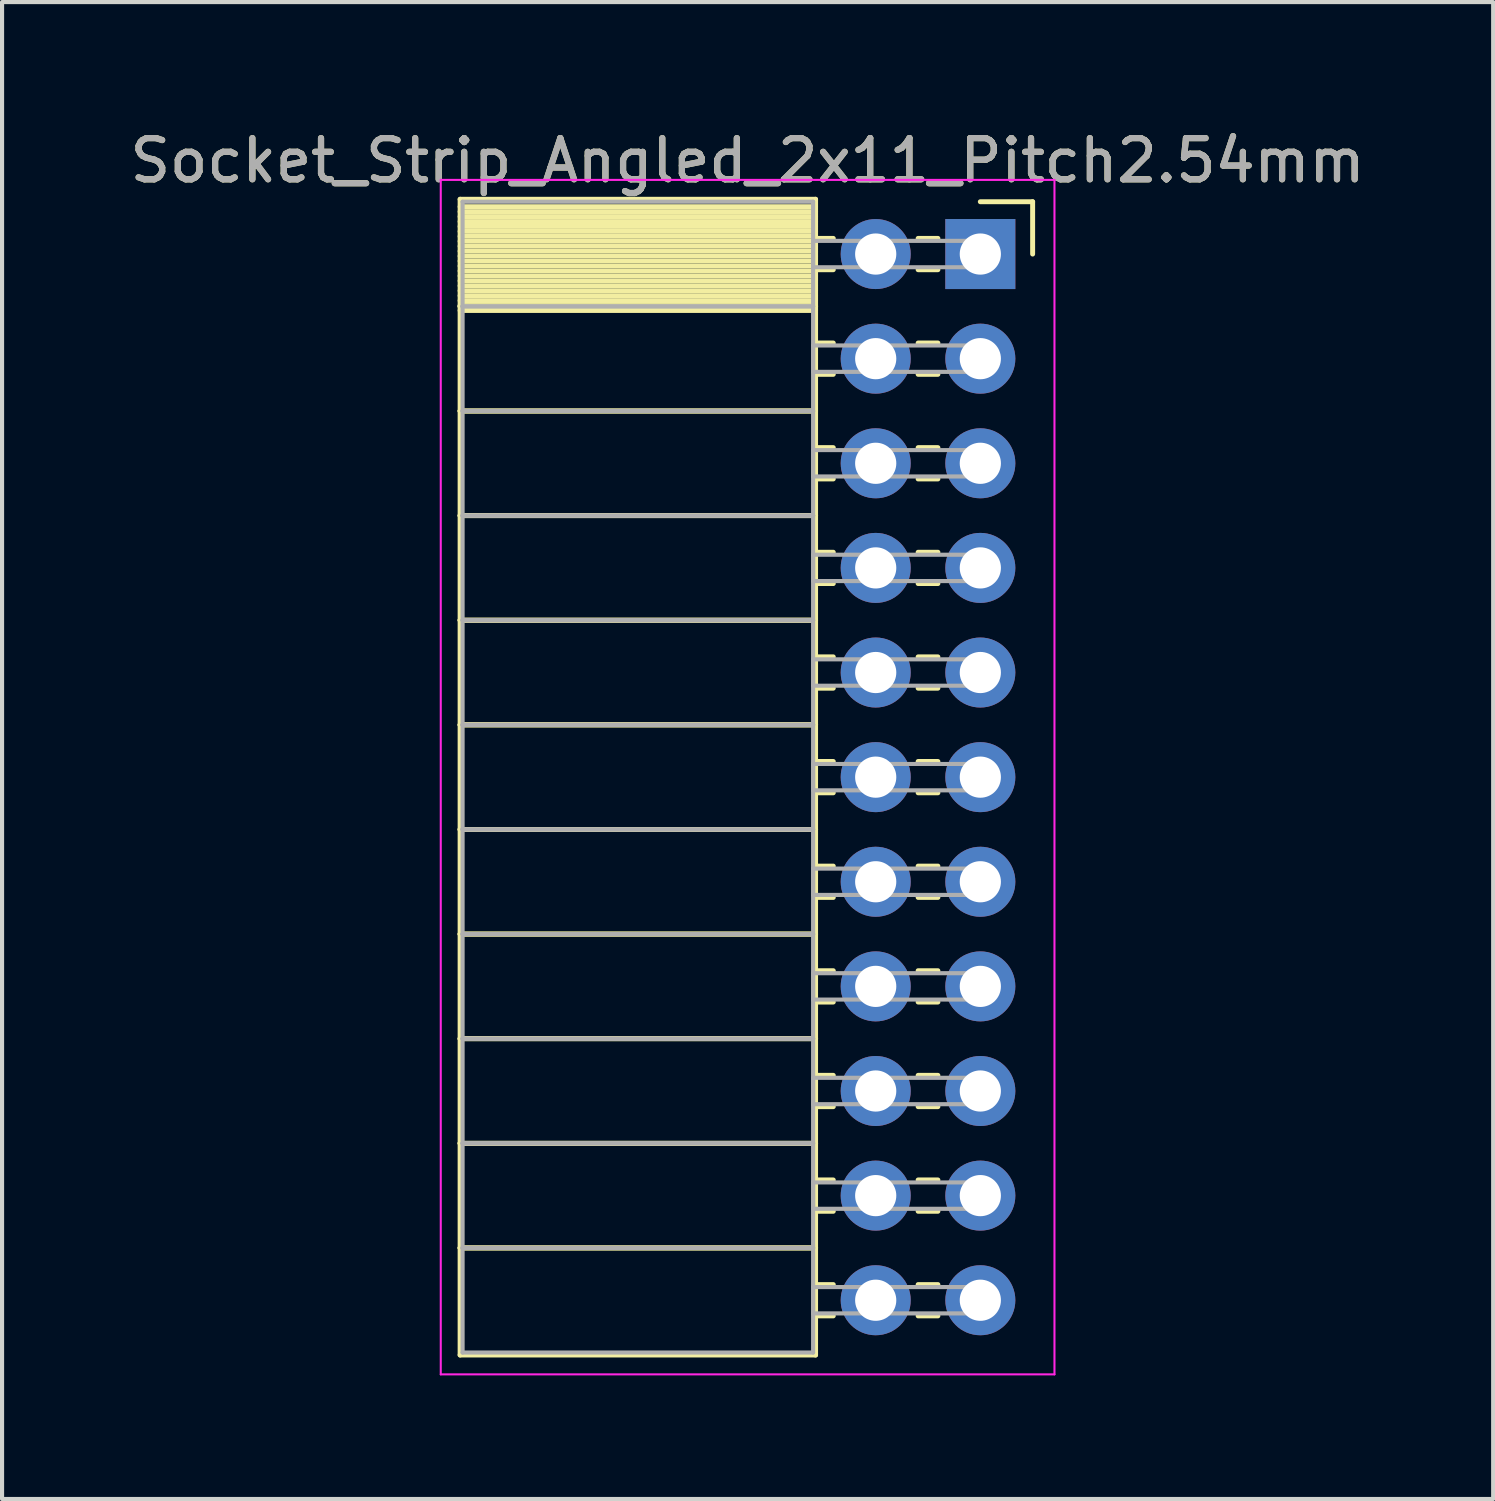
<source format=kicad_pcb>
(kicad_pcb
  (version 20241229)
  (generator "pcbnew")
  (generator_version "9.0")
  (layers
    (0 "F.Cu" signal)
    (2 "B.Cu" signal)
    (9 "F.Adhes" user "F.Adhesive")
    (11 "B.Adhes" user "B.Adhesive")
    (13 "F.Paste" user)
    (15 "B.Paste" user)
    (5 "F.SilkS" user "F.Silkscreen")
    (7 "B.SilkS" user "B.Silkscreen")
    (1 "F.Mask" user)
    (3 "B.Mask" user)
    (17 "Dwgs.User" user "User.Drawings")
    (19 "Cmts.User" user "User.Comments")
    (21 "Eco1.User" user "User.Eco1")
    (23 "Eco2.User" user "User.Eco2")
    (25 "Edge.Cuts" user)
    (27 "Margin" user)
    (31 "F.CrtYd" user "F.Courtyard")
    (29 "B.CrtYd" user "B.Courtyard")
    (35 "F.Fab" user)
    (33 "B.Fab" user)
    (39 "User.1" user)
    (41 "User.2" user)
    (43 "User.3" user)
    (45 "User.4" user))
  (footprint "Socket_Strip_Angled_2x11_Pitch2.54mm"
    (layer "F.Cu")
    (at 20.751 3.118)
    (property "Reference" "Socket_Strip_Angled_2x11_Pitch2.54mm" (at -5.65 -2.27 0) (layer "F.SilkS") (effects (font (size 1 1) (thickness 0.15))))
    (attr through_hole)
    (fp_line (start -12.63 -1.33) (end -4 -1.33) (stroke (width 0.12) (type solid)) (layer "F.SilkS"))
    (fp_line (start -12.63 1.27) (end -12.63 -1.33) (stroke (width 0.12) (type solid)) (layer "F.SilkS"))
    (fp_line (start -12.63 1.27) (end -4 1.27) (stroke (width 0.12) (type solid)) (layer "F.SilkS"))
    (fp_line (start -12.63 3.81) (end -12.63 1.27) (stroke (width 0.12) (type solid)) (layer "F.SilkS"))
    (fp_line (start -12.63 3.81) (end -4 3.81) (stroke (width 0.12) (type solid)) (layer "F.SilkS"))
    (fp_line (start -12.63 6.35) (end -12.63 3.81) (stroke (width 0.12) (type solid)) (layer "F.SilkS"))
    (fp_line (start -12.63 6.35) (end -4 6.35) (stroke (width 0.12) (type solid)) (layer "F.SilkS"))
    (fp_line (start -12.63 8.89) (end -12.63 6.35) (stroke (width 0.12) (type solid)) (layer "F.SilkS"))
    (fp_line (start -12.63 8.89) (end -4 8.89) (stroke (width 0.12) (type solid)) (layer "F.SilkS"))
    (fp_line (start -12.63 11.43) (end -12.63 8.89) (stroke (width 0.12) (type solid)) (layer "F.SilkS"))
    (fp_line (start -12.63 11.43) (end -4 11.43) (stroke (width 0.12) (type solid)) (layer "F.SilkS"))
    (fp_line (start -12.63 13.97) (end -12.63 11.43) (stroke (width 0.12) (type solid)) (layer "F.SilkS"))
    (fp_line (start -12.63 13.97) (end -4 13.97) (stroke (width 0.12) (type solid)) (layer "F.SilkS"))
    (fp_line (start -12.63 16.51) (end -12.63 13.97) (stroke (width 0.12) (type solid)) (layer "F.SilkS"))
    (fp_line (start -12.63 16.51) (end -4 16.51) (stroke (width 0.12) (type solid)) (layer "F.SilkS"))
    (fp_line (start -12.63 19.05) (end -12.63 16.51) (stroke (width 0.12) (type solid)) (layer "F.SilkS"))
    (fp_line (start -12.63 19.05) (end -4 19.05) (stroke (width 0.12) (type solid)) (layer "F.SilkS"))
    (fp_line (start -12.63 21.59) (end -12.63 19.05) (stroke (width 0.12) (type solid)) (layer "F.SilkS"))
    (fp_line (start -12.63 21.59) (end -4 21.59) (stroke (width 0.12) (type solid)) (layer "F.SilkS"))
    (fp_line (start -12.63 24.13) (end -12.63 21.59) (stroke (width 0.12) (type solid)) (layer "F.SilkS"))
    (fp_line (start -12.63 24.13) (end -4 24.13) (stroke (width 0.12) (type solid)) (layer "F.SilkS"))
    (fp_line (start -12.63 26.73) (end -12.63 24.13) (stroke (width 0.12) (type solid)) (layer "F.SilkS"))
    (fp_line (start -4 -1.33) (end -4 1.27) (stroke (width 0.12) (type solid)) (layer "F.SilkS"))
    (fp_line (start -4 -1.15) (end -12.63 -1.15) (stroke (width 0.12) (type solid)) (layer "F.SilkS"))
    (fp_line (start -4 -1.03) (end -12.63 -1.03) (stroke (width 0.12) (type solid)) (layer "F.SilkS"))
    (fp_line (start -4 -0.91) (end -12.63 -0.91) (stroke (width 0.12) (type solid)) (layer "F.SilkS"))
    (fp_line (start -4 -0.79) (end -12.63 -0.79) (stroke (width 0.12) (type solid)) (layer "F.SilkS"))
    (fp_line (start -4 -0.67) (end -12.63 -0.67) (stroke (width 0.12) (type solid)) (layer "F.SilkS"))
    (fp_line (start -4 -0.55) (end -12.63 -0.55) (stroke (width 0.12) (type solid)) (layer "F.SilkS"))
    (fp_line (start -4 -0.43) (end -12.63 -0.43) (stroke (width 0.12) (type solid)) (layer "F.SilkS"))
    (fp_line (start -4 -0.31) (end -12.63 -0.31) (stroke (width 0.12) (type solid)) (layer "F.SilkS"))
    (fp_line (start -4 -0.19) (end -12.63 -0.19) (stroke (width 0.12) (type solid)) (layer "F.SilkS"))
    (fp_line (start -4 -0.07) (end -12.63 -0.07) (stroke (width 0.12) (type solid)) (layer "F.SilkS"))
    (fp_line (start -4 0.05) (end -12.63 0.05) (stroke (width 0.12) (type solid)) (layer "F.SilkS"))
    (fp_line (start -4 0.17) (end -12.63 0.17) (stroke (width 0.12) (type solid)) (layer "F.SilkS"))
    (fp_line (start -4 0.29) (end -12.63 0.29) (stroke (width 0.12) (type solid)) (layer "F.SilkS"))
    (fp_line (start -4 0.41) (end -12.63 0.41) (stroke (width 0.12) (type solid)) (layer "F.SilkS"))
    (fp_line (start -4 0.53) (end -12.63 0.53) (stroke (width 0.12) (type solid)) (layer "F.SilkS"))
    (fp_line (start -4 0.65) (end -12.63 0.65) (stroke (width 0.12) (type solid)) (layer "F.SilkS"))
    (fp_line (start -4 0.77) (end -12.63 0.77) (stroke (width 0.12) (type solid)) (layer "F.SilkS"))
    (fp_line (start -4 0.89) (end -12.63 0.89) (stroke (width 0.12) (type solid)) (layer "F.SilkS"))
    (fp_line (start -4 1.01) (end -12.63 1.01) (stroke (width 0.12) (type solid)) (layer "F.SilkS"))
    (fp_line (start -4 1.13) (end -12.63 1.13) (stroke (width 0.12) (type solid)) (layer "F.SilkS"))
    (fp_line (start -4 1.25) (end -12.63 1.25) (stroke (width 0.12) (type solid)) (layer "F.SilkS"))
    (fp_line (start -4 1.27) (end -12.63 1.27) (stroke (width 0.12) (type solid)) (layer "F.SilkS"))
    (fp_line (start -4 1.27) (end -4 3.81) (stroke (width 0.12) (type solid)) (layer "F.SilkS"))
    (fp_line (start -4 1.37) (end -12.63 1.37) (stroke (width 0.12) (type solid)) (layer "F.SilkS"))
    (fp_line (start -4 3.81) (end -12.63 3.81) (stroke (width 0.12) (type solid)) (layer "F.SilkS"))
    (fp_line (start -4 3.81) (end -4 6.35) (stroke (width 0.12) (type solid)) (layer "F.SilkS"))
    (fp_line (start -4 6.35) (end -12.63 6.35) (stroke (width 0.12) (type solid)) (layer "F.SilkS"))
    (fp_line (start -4 6.35) (end -4 8.89) (stroke (width 0.12) (type solid)) (layer "F.SilkS"))
    (fp_line (start -4 8.89) (end -12.63 8.89) (stroke (width 0.12) (type solid)) (layer "F.SilkS"))
    (fp_line (start -4 8.89) (end -4 11.43) (stroke (width 0.12) (type solid)) (layer "F.SilkS"))
    (fp_line (start -4 11.43) (end -12.63 11.43) (stroke (width 0.12) (type solid)) (layer "F.SilkS"))
    (fp_line (start -4 11.43) (end -4 13.97) (stroke (width 0.12) (type solid)) (layer "F.SilkS"))
    (fp_line (start -4 13.97) (end -12.63 13.97) (stroke (width 0.12) (type solid)) (layer "F.SilkS"))
    (fp_line (start -4 13.97) (end -4 16.51) (stroke (width 0.12) (type solid)) (layer "F.SilkS"))
    (fp_line (start -4 16.51) (end -12.63 16.51) (stroke (width 0.12) (type solid)) (layer "F.SilkS"))
    (fp_line (start -4 16.51) (end -4 19.05) (stroke (width 0.12) (type solid)) (layer "F.SilkS"))
    (fp_line (start -4 19.05) (end -12.63 19.05) (stroke (width 0.12) (type solid)) (layer "F.SilkS"))
    (fp_line (start -4 19.05) (end -4 21.59) (stroke (width 0.12) (type solid)) (layer "F.SilkS"))
    (fp_line (start -4 21.59) (end -12.63 21.59) (stroke (width 0.12) (type solid)) (layer "F.SilkS"))
    (fp_line (start -4 21.59) (end -4 24.13) (stroke (width 0.12) (type solid)) (layer "F.SilkS"))
    (fp_line (start -4 24.13) (end -12.63 24.13) (stroke (width 0.12) (type solid)) (layer "F.SilkS"))
    (fp_line (start -4 24.13) (end -4 26.73) (stroke (width 0.12) (type solid)) (layer "F.SilkS"))
    (fp_line (start -4 26.73) (end -12.63 26.73) (stroke (width 0.12) (type solid)) (layer "F.SilkS"))
    (fp_line (start -3.57 -0.38) (end -4 -0.38) (stroke (width 0.12) (type solid)) (layer "F.SilkS"))
    (fp_line (start -3.57 0.38) (end -4 0.38) (stroke (width 0.12) (type solid)) (layer "F.SilkS"))
    (fp_line (start -3.57 2.16) (end -4 2.16) (stroke (width 0.12) (type solid)) (layer "F.SilkS"))
    (fp_line (start -3.57 2.92) (end -4 2.92) (stroke (width 0.12) (type solid)) (layer "F.SilkS"))
    (fp_line (start -3.57 4.7) (end -4 4.7) (stroke (width 0.12) (type solid)) (layer "F.SilkS"))
    (fp_line (start -3.57 5.46) (end -4 5.46) (stroke (width 0.12) (type solid)) (layer "F.SilkS"))
    (fp_line (start -3.57 7.24) (end -4 7.24) (stroke (width 0.12) (type solid)) (layer "F.SilkS"))
    (fp_line (start -3.57 8) (end -4 8) (stroke (width 0.12) (type solid)) (layer "F.SilkS"))
    (fp_line (start -3.57 9.78) (end -4 9.78) (stroke (width 0.12) (type solid)) (layer "F.SilkS"))
    (fp_line (start -3.57 10.54) (end -4 10.54) (stroke (width 0.12) (type solid)) (layer "F.SilkS"))
    (fp_line (start -3.57 12.32) (end -4 12.32) (stroke (width 0.12) (type solid)) (layer "F.SilkS"))
    (fp_line (start -3.57 13.08) (end -4 13.08) (stroke (width 0.12) (type solid)) (layer "F.SilkS"))
    (fp_line (start -3.57 14.86) (end -4 14.86) (stroke (width 0.12) (type solid)) (layer "F.SilkS"))
    (fp_line (start -3.57 15.62) (end -4 15.62) (stroke (width 0.12) (type solid)) (layer "F.SilkS"))
    (fp_line (start -3.57 17.4) (end -4 17.4) (stroke (width 0.12) (type solid)) (layer "F.SilkS"))
    (fp_line (start -3.57 18.16) (end -4 18.16) (stroke (width 0.12) (type solid)) (layer "F.SilkS"))
    (fp_line (start -3.57 19.94) (end -4 19.94) (stroke (width 0.12) (type solid)) (layer "F.SilkS"))
    (fp_line (start -3.57 20.7) (end -4 20.7) (stroke (width 0.12) (type solid)) (layer "F.SilkS"))
    (fp_line (start -3.57 22.48) (end -4 22.48) (stroke (width 0.12) (type solid)) (layer "F.SilkS"))
    (fp_line (start -3.57 23.24) (end -4 23.24) (stroke (width 0.12) (type solid)) (layer "F.SilkS"))
    (fp_line (start -3.57 25.02) (end -4 25.02) (stroke (width 0.12) (type solid)) (layer "F.SilkS"))
    (fp_line (start -3.57 25.78) (end -4 25.78) (stroke (width 0.12) (type solid)) (layer "F.SilkS"))
    (fp_line (start -1.03 -0.38) (end -1.51 -0.38) (stroke (width 0.12) (type solid)) (layer "F.SilkS"))
    (fp_line (start -1.03 0.38) (end -1.51 0.38) (stroke (width 0.12) (type solid)) (layer "F.SilkS"))
    (fp_line (start -1.03 2.16) (end -1.51 2.16) (stroke (width 0.12) (type solid)) (layer "F.SilkS"))
    (fp_line (start -1.03 2.92) (end -1.51 2.92) (stroke (width 0.12) (type solid)) (layer "F.SilkS"))
    (fp_line (start -1.03 4.7) (end -1.51 4.7) (stroke (width 0.12) (type solid)) (layer "F.SilkS"))
    (fp_line (start -1.03 5.46) (end -1.51 5.46) (stroke (width 0.12) (type solid)) (layer "F.SilkS"))
    (fp_line (start -1.03 7.24) (end -1.51 7.24) (stroke (width 0.12) (type solid)) (layer "F.SilkS"))
    (fp_line (start -1.03 8) (end -1.51 8) (stroke (width 0.12) (type solid)) (layer "F.SilkS"))
    (fp_line (start -1.03 9.78) (end -1.51 9.78) (stroke (width 0.12) (type solid)) (layer "F.SilkS"))
    (fp_line (start -1.03 10.54) (end -1.51 10.54) (stroke (width 0.12) (type solid)) (layer "F.SilkS"))
    (fp_line (start -1.03 12.32) (end -1.51 12.32) (stroke (width 0.12) (type solid)) (layer "F.SilkS"))
    (fp_line (start -1.03 13.08) (end -1.51 13.08) (stroke (width 0.12) (type solid)) (layer "F.SilkS"))
    (fp_line (start -1.03 14.86) (end -1.51 14.86) (stroke (width 0.12) (type solid)) (layer "F.SilkS"))
    (fp_line (start -1.03 15.62) (end -1.51 15.62) (stroke (width 0.12) (type solid)) (layer "F.SilkS"))
    (fp_line (start -1.03 17.4) (end -1.51 17.4) (stroke (width 0.12) (type solid)) (layer "F.SilkS"))
    (fp_line (start -1.03 18.16) (end -1.51 18.16) (stroke (width 0.12) (type solid)) (layer "F.SilkS"))
    (fp_line (start -1.03 19.94) (end -1.51 19.94) (stroke (width 0.12) (type solid)) (layer "F.SilkS"))
    (fp_line (start -1.03 20.7) (end -1.51 20.7) (stroke (width 0.12) (type solid)) (layer "F.SilkS"))
    (fp_line (start -1.03 22.48) (end -1.51 22.48) (stroke (width 0.12) (type solid)) (layer "F.SilkS"))
    (fp_line (start -1.03 23.24) (end -1.51 23.24) (stroke (width 0.12) (type solid)) (layer "F.SilkS"))
    (fp_line (start -1.03 25.02) (end -1.51 25.02) (stroke (width 0.12) (type solid)) (layer "F.SilkS"))
    (fp_line (start -1.03 25.78) (end -1.51 25.78) (stroke (width 0.12) (type solid)) (layer "F.SilkS"))
    (fp_line (start 0 -1.27) (end 1.27 -1.27) (stroke (width 0.12) (type solid)) (layer "F.SilkS"))
    (fp_line (start 1.27 -1.27) (end 1.27 0) (stroke (width 0.12) (type solid)) (layer "F.SilkS"))
    (fp_line (start -13.1 -1.8) (end 1.8 -1.8) (stroke (width 0.05) (type solid)) (layer "F.CrtYd"))
    (fp_line (start -13.1 27.2) (end -13.1 -1.8) (stroke (width 0.05) (type solid)) (layer "F.CrtYd"))
    (fp_line (start 1.8 -1.8) (end 1.8 27.2) (stroke (width 0.05) (type solid)) (layer "F.CrtYd"))
    (fp_line (start 1.8 27.2) (end -13.1 27.2) (stroke (width 0.05) (type solid)) (layer "F.CrtYd"))
    (fp_line (start -12.57 -1.27) (end -4.06 -1.27) (stroke (width 0.1) (type solid)) (layer "F.Fab"))
    (fp_line (start -12.57 1.27) (end -12.57 -1.27) (stroke (width 0.1) (type solid)) (layer "F.Fab"))
    (fp_line (start -12.57 1.27) (end -4.06 1.27) (stroke (width 0.1) (type solid)) (layer "F.Fab"))
    (fp_line (start -12.57 3.81) (end -12.57 1.27) (stroke (width 0.1) (type solid)) (layer "F.Fab"))
    (fp_line (start -12.57 3.81) (end -4.06 3.81) (stroke (width 0.1) (type solid)) (layer "F.Fab"))
    (fp_line (start -12.57 6.35) (end -12.57 3.81) (stroke (width 0.1) (type solid)) (layer "F.Fab"))
    (fp_line (start -12.57 6.35) (end -4.06 6.35) (stroke (width 0.1) (type solid)) (layer "F.Fab"))
    (fp_line (start -12.57 8.89) (end -12.57 6.35) (stroke (width 0.1) (type solid)) (layer "F.Fab"))
    (fp_line (start -12.57 8.89) (end -4.06 8.89) (stroke (width 0.1) (type solid)) (layer "F.Fab"))
    (fp_line (start -12.57 11.43) (end -12.57 8.89) (stroke (width 0.1) (type solid)) (layer "F.Fab"))
    (fp_line (start -12.57 11.43) (end -4.06 11.43) (stroke (width 0.1) (type solid)) (layer "F.Fab"))
    (fp_line (start -12.57 13.97) (end -12.57 11.43) (stroke (width 0.1) (type solid)) (layer "F.Fab"))
    (fp_line (start -12.57 13.97) (end -4.06 13.97) (stroke (width 0.1) (type solid)) (layer "F.Fab"))
    (fp_line (start -12.57 16.51) (end -12.57 13.97) (stroke (width 0.1) (type solid)) (layer "F.Fab"))
    (fp_line (start -12.57 16.51) (end -4.06 16.51) (stroke (width 0.1) (type solid)) (layer "F.Fab"))
    (fp_line (start -12.57 19.05) (end -12.57 16.51) (stroke (width 0.1) (type solid)) (layer "F.Fab"))
    (fp_line (start -12.57 19.05) (end -4.06 19.05) (stroke (width 0.1) (type solid)) (layer "F.Fab"))
    (fp_line (start -12.57 21.59) (end -12.57 19.05) (stroke (width 0.1) (type solid)) (layer "F.Fab"))
    (fp_line (start -12.57 21.59) (end -4.06 21.59) (stroke (width 0.1) (type solid)) (layer "F.Fab"))
    (fp_line (start -12.57 24.13) (end -12.57 21.59) (stroke (width 0.1) (type solid)) (layer "F.Fab"))
    (fp_line (start -12.57 24.13) (end -4.06 24.13) (stroke (width 0.1) (type solid)) (layer "F.Fab"))
    (fp_line (start -12.57 26.67) (end -12.57 24.13) (stroke (width 0.1) (type solid)) (layer "F.Fab"))
    (fp_line (start -4.06 -1.27) (end -4.06 1.27) (stroke (width 0.1) (type solid)) (layer "F.Fab"))
    (fp_line (start -4.06 -0.32) (end 0 -0.32) (stroke (width 0.1) (type solid)) (layer "F.Fab"))
    (fp_line (start -4.06 0.32) (end -4.06 -0.32) (stroke (width 0.1) (type solid)) (layer "F.Fab"))
    (fp_line (start -4.06 1.27) (end -12.57 1.27) (stroke (width 0.1) (type solid)) (layer "F.Fab"))
    (fp_line (start -4.06 1.27) (end -4.06 3.81) (stroke (width 0.1) (type solid)) (layer "F.Fab"))
    (fp_line (start -4.06 2.22) (end 0 2.22) (stroke (width 0.1) (type solid)) (layer "F.Fab"))
    (fp_line (start -4.06 2.86) (end -4.06 2.22) (stroke (width 0.1) (type solid)) (layer "F.Fab"))
    (fp_line (start -4.06 3.81) (end -12.57 3.81) (stroke (width 0.1) (type solid)) (layer "F.Fab"))
    (fp_line (start -4.06 3.81) (end -4.06 6.35) (stroke (width 0.1) (type solid)) (layer "F.Fab"))
    (fp_line (start -4.06 4.76) (end 0 4.76) (stroke (width 0.1) (type solid)) (layer "F.Fab"))
    (fp_line (start -4.06 5.4) (end -4.06 4.76) (stroke (width 0.1) (type solid)) (layer "F.Fab"))
    (fp_line (start -4.06 6.35) (end -12.57 6.35) (stroke (width 0.1) (type solid)) (layer "F.Fab"))
    (fp_line (start -4.06 6.35) (end -4.06 8.89) (stroke (width 0.1) (type solid)) (layer "F.Fab"))
    (fp_line (start -4.06 7.3) (end 0 7.3) (stroke (width 0.1) (type solid)) (layer "F.Fab"))
    (fp_line (start -4.06 7.94) (end -4.06 7.3) (stroke (width 0.1) (type solid)) (layer "F.Fab"))
    (fp_line (start -4.06 8.89) (end -12.57 8.89) (stroke (width 0.1) (type solid)) (layer "F.Fab"))
    (fp_line (start -4.06 8.89) (end -4.06 11.43) (stroke (width 0.1) (type solid)) (layer "F.Fab"))
    (fp_line (start -4.06 9.84) (end 0 9.84) (stroke (width 0.1) (type solid)) (layer "F.Fab"))
    (fp_line (start -4.06 10.48) (end -4.06 9.84) (stroke (width 0.1) (type solid)) (layer "F.Fab"))
    (fp_line (start -4.06 11.43) (end -12.57 11.43) (stroke (width 0.1) (type solid)) (layer "F.Fab"))
    (fp_line (start -4.06 11.43) (end -4.06 13.97) (stroke (width 0.1) (type solid)) (layer "F.Fab"))
    (fp_line (start -4.06 12.38) (end 0 12.38) (stroke (width 0.1) (type solid)) (layer "F.Fab"))
    (fp_line (start -4.06 13.02) (end -4.06 12.38) (stroke (width 0.1) (type solid)) (layer "F.Fab"))
    (fp_line (start -4.06 13.97) (end -12.57 13.97) (stroke (width 0.1) (type solid)) (layer "F.Fab"))
    (fp_line (start -4.06 13.97) (end -4.06 16.51) (stroke (width 0.1) (type solid)) (layer "F.Fab"))
    (fp_line (start -4.06 14.92) (end 0 14.92) (stroke (width 0.1) (type solid)) (layer "F.Fab"))
    (fp_line (start -4.06 15.56) (end -4.06 14.92) (stroke (width 0.1) (type solid)) (layer "F.Fab"))
    (fp_line (start -4.06 16.51) (end -12.57 16.51) (stroke (width 0.1) (type solid)) (layer "F.Fab"))
    (fp_line (start -4.06 16.51) (end -4.06 19.05) (stroke (width 0.1) (type solid)) (layer "F.Fab"))
    (fp_line (start -4.06 17.46) (end 0 17.46) (stroke (width 0.1) (type solid)) (layer "F.Fab"))
    (fp_line (start -4.06 18.1) (end -4.06 17.46) (stroke (width 0.1) (type solid)) (layer "F.Fab"))
    (fp_line (start -4.06 19.05) (end -12.57 19.05) (stroke (width 0.1) (type solid)) (layer "F.Fab"))
    (fp_line (start -4.06 19.05) (end -4.06 21.59) (stroke (width 0.1) (type solid)) (layer "F.Fab"))
    (fp_line (start -4.06 20) (end 0 20) (stroke (width 0.1) (type solid)) (layer "F.Fab"))
    (fp_line (start -4.06 20.64) (end -4.06 20) (stroke (width 0.1) (type solid)) (layer "F.Fab"))
    (fp_line (start -4.06 21.59) (end -12.57 21.59) (stroke (width 0.1) (type solid)) (layer "F.Fab"))
    (fp_line (start -4.06 21.59) (end -4.06 24.13) (stroke (width 0.1) (type solid)) (layer "F.Fab"))
    (fp_line (start -4.06 22.54) (end 0 22.54) (stroke (width 0.1) (type solid)) (layer "F.Fab"))
    (fp_line (start -4.06 23.18) (end -4.06 22.54) (stroke (width 0.1) (type solid)) (layer "F.Fab"))
    (fp_line (start -4.06 24.13) (end -12.57 24.13) (stroke (width 0.1) (type solid)) (layer "F.Fab"))
    (fp_line (start -4.06 24.13) (end -4.06 26.67) (stroke (width 0.1) (type solid)) (layer "F.Fab"))
    (fp_line (start -4.06 25.08) (end 0 25.08) (stroke (width 0.1) (type solid)) (layer "F.Fab"))
    (fp_line (start -4.06 25.72) (end -4.06 25.08) (stroke (width 0.1) (type solid)) (layer "F.Fab"))
    (fp_line (start -4.06 26.67) (end -12.57 26.67) (stroke (width 0.1) (type solid)) (layer "F.Fab"))
    (fp_line (start 0 -0.32) (end 0 0.32) (stroke (width 0.1) (type solid)) (layer "F.Fab"))
    (fp_line (start 0 0.32) (end -4.06 0.32) (stroke (width 0.1) (type solid)) (layer "F.Fab"))
    (fp_line (start 0 2.22) (end 0 2.86) (stroke (width 0.1) (type solid)) (layer "F.Fab"))
    (fp_line (start 0 2.86) (end -4.06 2.86) (stroke (width 0.1) (type solid)) (layer "F.Fab"))
    (fp_line (start 0 4.76) (end 0 5.4) (stroke (width 0.1) (type solid)) (layer "F.Fab"))
    (fp_line (start 0 5.4) (end -4.06 5.4) (stroke (width 0.1) (type solid)) (layer "F.Fab"))
    (fp_line (start 0 7.3) (end 0 7.94) (stroke (width 0.1) (type solid)) (layer "F.Fab"))
    (fp_line (start 0 7.94) (end -4.06 7.94) (stroke (width 0.1) (type solid)) (layer "F.Fab"))
    (fp_line (start 0 9.84) (end 0 10.48) (stroke (width 0.1) (type solid)) (layer "F.Fab"))
    (fp_line (start 0 10.48) (end -4.06 10.48) (stroke (width 0.1) (type solid)) (layer "F.Fab"))
    (fp_line (start 0 12.38) (end 0 13.02) (stroke (width 0.1) (type solid)) (layer "F.Fab"))
    (fp_line (start 0 13.02) (end -4.06 13.02) (stroke (width 0.1) (type solid)) (layer "F.Fab"))
    (fp_line (start 0 14.92) (end 0 15.56) (stroke (width 0.1) (type solid)) (layer "F.Fab"))
    (fp_line (start 0 15.56) (end -4.06 15.56) (stroke (width 0.1) (type solid)) (layer "F.Fab"))
    (fp_line (start 0 17.46) (end 0 18.1) (stroke (width 0.1) (type solid)) (layer "F.Fab"))
    (fp_line (start 0 18.1) (end -4.06 18.1) (stroke (width 0.1) (type solid)) (layer "F.Fab"))
    (fp_line (start 0 20) (end 0 20.64) (stroke (width 0.1) (type solid)) (layer "F.Fab"))
    (fp_line (start 0 20.64) (end -4.06 20.64) (stroke (width 0.1) (type solid)) (layer "F.Fab"))
    (fp_line (start 0 22.54) (end 0 23.18) (stroke (width 0.1) (type solid)) (layer "F.Fab"))
    (fp_line (start 0 23.18) (end -4.06 23.18) (stroke (width 0.1) (type solid)) (layer "F.Fab"))
    (fp_line (start 0 25.08) (end 0 25.72) (stroke (width 0.1) (type solid)) (layer "F.Fab"))
    (fp_line (start 0 25.72) (end -4.06 25.72) (stroke (width 0.1) (type solid)) (layer "F.Fab"))
    (fp_text user "${REFERENCE}" (at -5.65 -2.27 0) (layer "F.Fab") (effects (font (size 1 1) (thickness 0.15))))
    (pad "1" thru_hole rect (at 0 0) (size 1.7 1.7) (drill 1) (layers "*.Cu" "*.Mask"))
    (pad "2" thru_hole oval (at -2.54 0) (size 1.7 1.7) (drill 1) (layers "*.Cu" "*.Mask"))
    (pad "3" thru_hole oval (at 0 2.54) (size 1.7 1.7) (drill 1) (layers "*.Cu" "*.Mask"))
    (pad "4" thru_hole oval (at -2.54 2.54) (size 1.7 1.7) (drill 1) (layers "*.Cu" "*.Mask"))
    (pad "5" thru_hole oval (at 0 5.08) (size 1.7 1.7) (drill 1) (layers "*.Cu" "*.Mask"))
    (pad "6" thru_hole oval (at -2.54 5.08) (size 1.7 1.7) (drill 1) (layers "*.Cu" "*.Mask"))
    (pad "7" thru_hole oval (at 0 7.62) (size 1.7 1.7) (drill 1) (layers "*.Cu" "*.Mask"))
    (pad "8" thru_hole oval (at -2.54 7.62) (size 1.7 1.7) (drill 1) (layers "*.Cu" "*.Mask"))
    (pad "9" thru_hole oval (at 0 10.16) (size 1.7 1.7) (drill 1) (layers "*.Cu" "*.Mask"))
    (pad "10" thru_hole oval (at -2.54 10.16) (size 1.7 1.7) (drill 1) (layers "*.Cu" "*.Mask"))
    (pad "11" thru_hole oval (at 0 12.7) (size 1.7 1.7) (drill 1) (layers "*.Cu" "*.Mask"))
    (pad "12" thru_hole oval (at -2.54 12.7) (size 1.7 1.7) (drill 1) (layers "*.Cu" "*.Mask"))
    (pad "13" thru_hole oval (at 0 15.24) (size 1.7 1.7) (drill 1) (layers "*.Cu" "*.Mask"))
    (pad "14" thru_hole oval (at -2.54 15.24) (size 1.7 1.7) (drill 1) (layers "*.Cu" "*.Mask"))
    (pad "15" thru_hole oval (at 0 17.78) (size 1.7 1.7) (drill 1) (layers "*.Cu" "*.Mask"))
    (pad "16" thru_hole oval (at -2.54 17.78) (size 1.7 1.7) (drill 1) (layers "*.Cu" "*.Mask"))
    (pad "17" thru_hole oval (at 0 20.32) (size 1.7 1.7) (drill 1) (layers "*.Cu" "*.Mask"))
    (pad "18" thru_hole oval (at -2.54 20.32) (size 1.7 1.7) (drill 1) (layers "*.Cu" "*.Mask"))
    (pad "19" thru_hole oval (at 0 22.86) (size 1.7 1.7) (drill 1) (layers "*.Cu" "*.Mask"))
    (pad "20" thru_hole oval (at -2.54 22.86) (size 1.7 1.7) (drill 1) (layers "*.Cu" "*.Mask"))
    (pad "21" thru_hole oval (at 0 25.4) (size 1.7 1.7) (drill 1) (layers "*.Cu" "*.Mask"))
    (pad "22" thru_hole oval (at -2.54 25.4) (size 1.7 1.7) (drill 1) (layers "*.Cu" "*.Mask")))
  (gr_rect
    (start -3 -3)
    (end 33.202 33.343)
    (stroke (width 0.1) (type default))
    (fill no)
    (layer "Edge.Cuts")))
</source>
